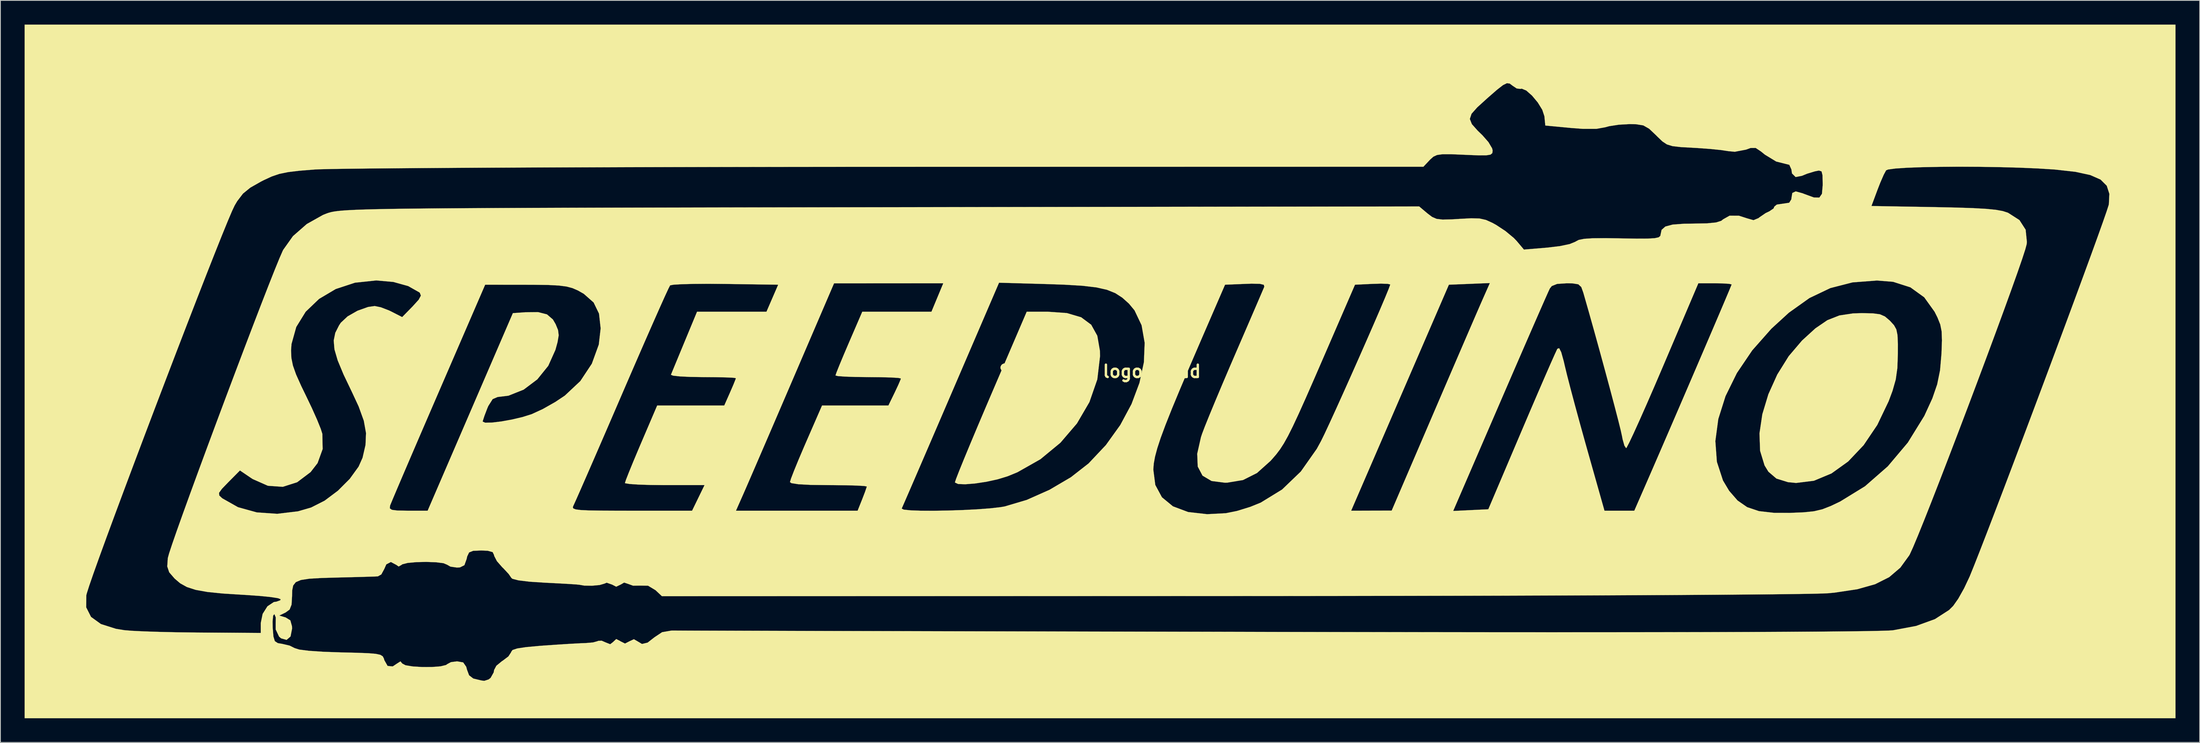
<source format=kicad_pcb>
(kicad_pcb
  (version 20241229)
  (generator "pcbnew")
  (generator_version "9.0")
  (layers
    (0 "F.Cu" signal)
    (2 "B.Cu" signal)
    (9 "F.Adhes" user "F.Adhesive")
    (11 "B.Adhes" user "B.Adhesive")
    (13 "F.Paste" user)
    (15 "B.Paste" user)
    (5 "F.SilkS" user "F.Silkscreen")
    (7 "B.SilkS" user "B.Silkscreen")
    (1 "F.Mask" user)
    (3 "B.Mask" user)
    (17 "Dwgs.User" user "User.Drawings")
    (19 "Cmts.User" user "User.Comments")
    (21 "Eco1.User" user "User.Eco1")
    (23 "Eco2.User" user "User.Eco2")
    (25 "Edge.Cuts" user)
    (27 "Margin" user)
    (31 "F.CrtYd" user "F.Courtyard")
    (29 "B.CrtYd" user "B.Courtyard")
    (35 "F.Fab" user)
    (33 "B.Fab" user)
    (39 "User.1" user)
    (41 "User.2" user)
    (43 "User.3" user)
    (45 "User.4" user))
  (footprint "Speeduino logo_kicad"
    (layer "F.Cu")
    (at 133.355 43.044)
    (property "Reference" "Speeduino logo_kicad" (at 0 0 0) (layer "F.SilkS") (effects (font (size 1.524 1.524) (thickness 0.3))))
    (attr through_hole)
    (fp_poly (pts (xy -4.118 -7.242) (xy -2.342 -6.717) (xy -1.098 -5.792) (xy -0.341 -4.426) (xy -0.02 -2.578) (xy -0.001 -1.907) (xy -0.341 0.99) (xy -1.318 3.807) (xy -2.865 6.457) (xy -4.913 8.85) (xy -7.395 10.898) (xy -10.242 12.512) (xy -11.448 13.009) (xy -12.694 13.39) (xy -14.096 13.696) (xy -15.49 13.907) (xy -16.713 14.006) (xy -17.6 13.973) (xy -17.987 13.79) (xy -17.992 13.757) (xy -17.857 13.344) (xy -17.476 12.363) (xy -16.881 10.896) (xy -16.106 9.024) (xy -15.184 6.826) (xy -14.148 4.384) (xy -13.543 2.969) (xy -9.094 -7.408) (xy -6.476 -7.408) (xy -4.118 -7.242)) (stroke (width 0.01) (type solid)) (fill yes) (layer "F.SilkS"))
    (fp_poly (pts (xy 95.819 -7.206) (xy 96.704 -7.088) (xy 97.324 -6.816) (xy 97.898 -6.329) (xy 97.976 -6.252) (xy 98.449 -5.732) (xy 98.737 -5.211) (xy 98.882 -4.503) (xy 98.93 -3.421) (xy 98.927 -2.195) (xy 98.864 -0.42) (xy 98.665 1.002) (xy 98.262 2.421) (xy 97.782 3.704) (xy 96.375 6.645) (xy 94.684 9.151) (xy 92.77 11.173) (xy 90.695 12.662) (xy 88.521 13.568) (xy 86.308 13.843) (xy 85.303 13.745) (xy 83.868 13.299) (xy 82.875 12.448) (xy 82.397 11.667) (xy 81.846 9.862) (xy 81.767 7.7) (xy 82.121 5.314) (xy 82.87 2.833) (xy 83.973 0.387) (xy 85.393 -1.893) (xy 87.04 -3.828) (xy 88.703 -5.347) (xy 90.184 -6.357) (xy 91.679 -6.946) (xy 93.379 -7.201) (xy 94.448 -7.232) (xy 95.819 -7.206)) (stroke (width 0.01) (type solid)) (fill yes) (layer "F.SilkS"))
    (fp_poly (pts (xy 133.35 43.039) (xy -133.35 43.039) (xy -133.35 29.28) (xy -125.718 29.28) (xy -125.117 30.468) (xy -123.891 31.353) (xy -122.031 31.943) (xy -121.003 32.112) (xy -120.058 32.19) (xy -118.548 32.263) (xy -116.615 32.327) (xy -114.399 32.376) (xy -112.042 32.406) (xy -111.566 32.409) (xy -104.069 32.456) (xy -104.069 31.221) (xy -104.034 31.05) (xy -102.606 31.05) (xy -102.59 31.805) (xy -102.502 32.9) (xy -102.326 33.476) (xy -101.954 33.722) (xy -101.424 33.81) (xy -100.489 34.029) (xy -99.871 34.339) (xy -99.293 34.522) (xy -98.077 34.676) (xy -96.29 34.795) (xy -94.168 34.869) (xy -92.155 34.918) (xy -90.736 34.972) (xy -89.802 35.051) (xy -89.243 35.173) (xy -88.947 35.359) (xy -88.805 35.629) (xy -88.747 35.839) (xy -88.343 36.552) (xy -87.708 36.613) (xy -87.163 36.248) (xy -86.744 35.984) (xy -86.533 36.248) (xy -86.126 36.466) (xy -85.231 36.614) (xy -84.065 36.688) (xy -82.842 36.685) (xy -81.779 36.602) (xy -81.09 36.435) (xy -80.963 36.336) (xy -80.484 36.079) (xy -79.735 35.983) (xy -78.97 36.116) (xy -78.594 36.657) (xy -78.498 37.02) (xy -78.239 37.713) (xy -77.719 38.115) (xy -76.744 38.351) (xy -76.359 38.405) (xy -75.811 38.225) (xy -75.565 38.029) (xy -75.185 37.348) (xy -75.139 37.059) (xy -74.856 36.528) (xy -74.168 35.963) (xy -74.081 35.912) (xy -73.366 35.373) (xy -73.029 34.86) (xy -73.025 34.815) (xy -72.853 34.576) (xy -72.273 34.383) (xy -71.195 34.219) (xy -69.525 34.064) (xy -69.056 34.029) (xy -67.31 33.907) (xy -65.693 33.806) (xy -64.413 33.737) (xy -63.795 33.714) (xy -62.879 33.637) (xy -62.301 33.479) (xy -62.257 33.446) (xy -61.806 33.416) (xy -61.335 33.623) (xy -60.739 33.858) (xy -60.359 33.564) (xy -60.341 33.537) (xy -59.992 33.214) (xy -59.51 33.459) (xy -59.47 33.492) (xy -58.904 33.775) (xy -58.37 33.501) (xy -57.804 33.237) (xy -57.417 33.458) (xy -56.799 33.827) (xy -56.1 33.657) (xy -55.258 32.999) (xy -54.304 32.364) (xy -53.125 32.159) (xy -52.825 32.159) (xy -52.33 32.162) (xy -51.164 32.167) (xy -49.359 32.173) (xy -46.949 32.179) (xy -43.969 32.187) (xy -40.451 32.196) (xy -36.429 32.206) (xy -31.937 32.217) (xy -27.009 32.228) (xy -21.678 32.24) (xy -15.979 32.252) (xy -9.943 32.265) (xy -3.606 32.279) (xy 3 32.292) (xy 9.839 32.306) (xy 16.88 32.32) (xy 22.049 32.331) (xy 31.355 32.347) (xy 40.106 32.359) (xy 48.292 32.367) (xy 55.902 32.37) (xy 62.923 32.368) (xy 69.346 32.362) (xy 75.16 32.352) (xy 80.353 32.337) (xy 84.914 32.318) (xy 88.833 32.295) (xy 92.098 32.267) (xy 94.699 32.235) (xy 96.624 32.199) (xy 97.862 32.159) (xy 98.327 32.126) (xy 101.184 31.591) (xy 103.519 30.745) (xy 105.276 29.612) (xy 105.783 29.108) (xy 106.414 28.212) (xy 107.139 26.918) (xy 107.811 25.493) (xy 107.867 25.36) (xy 108.398 24.046) (xy 109.112 22.231) (xy 109.984 19.981) (xy 110.989 17.363) (xy 112.102 14.443) (xy 113.297 11.288) (xy 114.551 7.965) (xy 115.838 4.541) (xy 117.134 1.081) (xy 118.412 -2.346) (xy 119.65 -5.675) (xy 120.821 -8.838) (xy 121.9 -11.77) (xy 122.864 -14.403) (xy 123.686 -16.671) (xy 124.342 -18.507) (xy 124.807 -19.844) (xy 125.057 -20.616) (xy 125.091 -20.754) (xy 125.151 -22.039) (xy 124.829 -23.044) (xy 124.062 -23.808) (xy 122.787 -24.37) (xy 120.942 -24.77) (xy 118.463 -25.047) (xy 118.236 -25.065) (xy 116.252 -25.19) (xy 113.981 -25.286) (xy 111.525 -25.353) (xy 108.985 -25.392) (xy 106.466 -25.403) (xy 104.067 -25.386) (xy 101.892 -25.344) (xy 100.042 -25.275) (xy 98.62 -25.18) (xy 97.728 -25.06) (xy 97.471 -24.959) (xy 97.173 -24.404) (xy 96.746 -23.423) (xy 96.395 -22.523) (xy 95.653 -20.528) (xy 103.477 -20.392) (xy 106.204 -20.334) (xy 108.32 -20.263) (xy 109.918 -20.172) (xy 111.093 -20.054) (xy 111.937 -19.9) (xy 112.545 -19.704) (xy 112.597 -19.682) (xy 114.001 -18.782) (xy 114.771 -17.586) (xy 114.926 -16.059) (xy 114.894 -15.773) (xy 114.727 -15.143) (xy 114.333 -13.93) (xy 113.739 -12.212) (xy 112.973 -10.063) (xy 112.065 -7.559) (xy 111.043 -4.775) (xy 109.936 -1.788) (xy 108.771 1.328) (xy 107.578 4.496) (xy 106.384 7.642) (xy 105.219 10.69) (xy 104.111 13.563) (xy 103.088 16.188) (xy 102.179 18.487) (xy 101.412 20.385) (xy 100.816 21.808) (xy 100.419 22.679) (xy 100.338 22.83) (xy 99.232 24.355) (xy 97.853 25.533) (xy 96.104 26.412) (xy 93.886 27.036) (xy 91.101 27.453) (xy 90.317 27.529) (xy 89.569 27.564) (xy 88.147 27.598) (xy 86.083 27.63) (xy 83.408 27.662) (xy 80.154 27.691) (xy 76.352 27.72) (xy 72.034 27.746) (xy 67.231 27.77) (xy 61.974 27.792) (xy 56.297 27.812) (xy 50.229 27.83) (xy 43.803 27.845) (xy 37.05 27.857) (xy 30.002 27.867) (xy 22.689 27.873) (xy 16.145 27.876) (xy -54.329 27.896) (xy -55.122 27.15) (xy -56.052 26.593) (xy -57.02 26.578) (xy -57.909 26.591) (xy -58.502 26.376) (xy -58.505 26.374) (xy -59.014 26.204) (xy -59.428 26.446) (xy -59.997 26.718) (xy -60.501 26.458) (xy -61.177 26.221) (xy -61.472 26.341) (xy -62.052 26.511) (xy -62.997 26.597) (xy -63.968 26.581) (xy -64.558 26.479) (xy -64.96 26.438) (xy -65.92 26.375) (xy -67.29 26.299) (xy -68.792 26.224) (xy -70.73 26.098) (xy -72.107 25.933) (xy -72.865 25.737) (xy -72.995 25.628) (xy -73.333 25.138) (xy -73.981 24.442) (xy -74.142 24.288) (xy -74.792 23.543) (xy -75.129 22.891) (xy -75.142 22.789) (xy -75.316 22.425) (xy -75.936 22.255) (xy -76.738 22.225) (xy -77.731 22.264) (xy -78.237 22.466) (xy -78.474 22.96) (xy -78.546 23.283) (xy -78.82 24.048) (xy -79.371 24.322) (xy -79.751 24.342) (xy -80.549 24.228) (xy -80.963 23.989) (xy -81.416 23.8) (xy -82.352 23.685) (xy -83.55 23.642) (xy -84.791 23.67) (xy -85.855 23.769) (xy -86.521 23.937) (xy -86.626 24.02) (xy -86.978 24.212) (xy -87.246 24.02) (xy -87.938 23.651) (xy -88.503 23.947) (xy -88.755 24.518) (xy -89.122 25.196) (xy -89.556 25.438) (xy -90.122 25.461) (xy -91.232 25.495) (xy -92.723 25.535) (xy -94.368 25.576) (xy -96.515 25.636) (xy -98.056 25.726) (xy -99.093 25.885) (xy -99.724 26.153) (xy -100.05 26.568) (xy -100.172 27.171) (xy -100.189 27.857) (xy -100.25 28.941) (xy -100.493 29.554) (xy -100.983 29.913) (xy -101.776 30.3) (xy -100.983 30.537) (xy -100.402 30.895) (xy -100.197 31.637) (xy -100.189 31.93) (xy -100.377 32.896) (xy -100.867 33.318) (xy -101.545 33.129) (xy -101.798 32.913) (xy -102.218 32.031) (xy -102.22 31.325) (xy -102.208 30.534) (xy -102.384 30.114) (xy -102.538 30.318) (xy -102.606 31.05) (xy -104.034 31.05) (xy -103.837 30.091) (xy -103.245 29.154) (xy -102.452 28.624) (xy -102.129 28.575) (xy -101.659 28.411) (xy -101.6 28.272) (xy -101.931 28.143) (xy -102.837 28.002) (xy -104.189 27.865) (xy -105.858 27.747) (xy -106.274 27.723) (xy -108.782 27.565) (xy -110.7 27.37) (xy -112.143 27.111) (xy -113.229 26.76) (xy -114.071 26.29) (xy -114.754 25.706) (xy -115.425 24.929) (xy -115.666 24.207) (xy -115.598 23.173) (xy -115.598 23.172) (xy -115.44 22.594) (xy -115.057 21.432) (xy -114.477 19.762) (xy -113.727 17.658) (xy -112.836 15.197) (xy -112.789 15.069) (xy -109.245 15.069) (xy -109.22 15.396) (xy -108.876 15.721) (xy -108.832 15.755) (xy -106.893 16.851) (xy -104.568 17.496) (xy -102.029 17.672) (xy -99.446 17.362) (xy -98.183 16.995) (xy -88.071 16.995) (xy -87.808 17.181) (xy -87.114 17.266) (xy -85.855 17.286) (xy -85.81 17.286) (xy -83.379 17.286) (xy -83.193 16.854) (xy -65.378 16.854) (xy -65.308 17.014) (xy -65.003 17.129) (xy -64.379 17.206) (xy -63.353 17.253) (xy -61.841 17.277) (xy -59.76 17.285) (xy -58.115 17.286) (xy -50.588 17.286) (xy -45.147 17.286) (xy -30.063 17.286) (xy -29.957 17.022) (xy -24.597 17.022) (xy -24.347 17.153) (xy -23.521 17.24) (xy -22.247 17.287) (xy -20.652 17.294) (xy -18.864 17.266) (xy -17.012 17.205) (xy -15.223 17.113) (xy -13.625 16.993) (xy -12.346 16.848) (xy -11.818 16.757) (xy -9.09 15.947) (xy -6.266 14.692) (xy -3.614 13.131) (xy -2.397 12.181) (xy 6.603 12.181) (xy 6.85 14.092) (xy 7.672 15.619) (xy 9.037 16.744) (xy 10.917 17.45) (xy 13.282 17.719) (xy 15.596 17.597) (xy 16.974 17.319) (xy 43.788 17.319) (xy 45.965 17.214) (xy 48.142 17.11) (xy 52.263 7.408) (xy 53.314 4.941) (xy 54.289 2.671) (xy 55.149 0.682) (xy 55.857 -0.94) (xy 56.377 -2.108) (xy 56.671 -2.739) (xy 56.711 -2.812) (xy 56.931 -2.882) (xy 57.184 -2.385) (xy 57.495 -1.265) (xy 57.626 -0.696) (xy 57.9 0.438) (xy 58.33 2.105) (xy 58.877 4.162) (xy 59.504 6.464) (xy 60.171 8.866) (xy 60.381 9.613) (xy 62.548 17.286) (xy 66.245 17.286) (xy 67.669 14.023) (xy 68.515 12.079) (xy 69.483 9.845) (xy 70 8.649) (xy 76.296 8.649) (xy 76.484 11.217) (xy 77.241 13.538) (xy 78.005 14.818) (xy 79.052 16.023) (xy 80.241 16.847) (xy 81.711 17.341) (xy 83.604 17.554) (xy 85.581 17.556) (xy 87.286 17.485) (xy 88.531 17.355) (xy 89.561 17.111) (xy 90.62 16.698) (xy 91.777 16.146) (xy 94.851 14.255) (xy 97.678 11.782) (xy 100.161 8.836) (xy 102.205 5.525) (xy 103.203 3.351) (xy 103.804 1.604) (xy 104.159 -0.144) (xy 104.338 -2.235) (xy 104.34 -2.293) (xy 104.394 -3.863) (xy 104.355 -4.963) (xy 104.185 -5.825) (xy 103.843 -6.682) (xy 103.479 -7.408) (xy 102.194 -9.199) (xy 100.481 -10.435) (xy 98.332 -11.122) (xy 96.333 -11.28) (xy 93.307 -11.049) (xy 90.557 -10.343) (xy 87.965 -9.107) (xy 85.413 -7.288) (xy 83.243 -5.3) (xy 80.867 -2.61) (xy 78.965 0.204) (xy 77.556 3.068) (xy 76.66 5.908) (xy 76.296 8.649) (xy 70 8.649) (xy 70.54 7.401) (xy 71.649 4.829) (xy 72.776 2.209) (xy 73.887 -0.377) (xy 74.947 -2.849) (xy 75.922 -5.127) (xy 76.776 -7.128) (xy 77.475 -8.773) (xy 77.984 -9.98) (xy 78.268 -10.668) (xy 78.317 -10.798) (xy 77.996 -10.872) (xy 77.166 -10.922) (xy 76.252 -10.936) (xy 74.188 -10.936) (xy 69.838 -0.706) (xy 68.765 1.8) (xy 67.772 4.083) (xy 66.894 6.066) (xy 66.166 7.672) (xy 65.623 8.823) (xy 65.3 9.44) (xy 65.231 9.525) (xy 65.021 9.213) (xy 64.798 8.427) (xy 64.721 8.026) (xy 64.564 7.31) (xy 64.245 6.027) (xy 63.793 4.285) (xy 63.239 2.195) (xy 62.612 -0.131) (xy 61.943 -2.585) (xy 61.26 -5.054) (xy 60.593 -7.429) (xy 59.973 -9.6) (xy 59.918 -9.79) (xy 59.67 -10.475) (xy 59.301 -10.813) (xy 58.59 -10.926) (xy 57.851 -10.936) (xy 56.679 -10.86) (xy 56.017 -10.596) (xy 55.774 -10.296) (xy 55.564 -9.843) (xy 55.106 -8.812) (xy 54.432 -7.277) (xy 53.572 -5.309) (xy 52.558 -2.979) (xy 51.421 -0.358) (xy 50.193 2.481) (xy 49.61 3.831) (xy 43.788 17.319) (xy 16.974 17.319) (xy 17.002 17.313) (xy 17.089 17.286) (xy 31.137 17.286) (xy 33.648 17.28) (xy 36.16 17.275) (xy 41.343 5.198) (xy 42.559 2.366) (xy 43.723 -0.342) (xy 44.798 -2.839) (xy 45.745 -5.035) (xy 46.526 -6.844) (xy 47.104 -8.176) (xy 47.431 -8.923) (xy 48.335 -10.967) (xy 45.795 -10.863) (xy 43.255 -10.76) (xy 37.196 3.263) (xy 31.137 17.286) (xy 17.089 17.286) (xy 18.636 16.806) (xy 19.925 16.283) (xy 22.568 14.66) (xy 24.895 12.425) (xy 26.873 9.612) (xy 27.402 8.643) (xy 27.837 7.753) (xy 28.467 6.403) (xy 29.249 4.693) (xy 30.139 2.721) (xy 31.095 0.584) (xy 32.073 -1.62) (xy 33.029 -3.793) (xy 33.921 -5.835) (xy 34.705 -7.651) (xy 35.337 -9.14) (xy 35.775 -10.207) (xy 35.975 -10.751) (xy 35.983 -10.792) (xy 35.663 -10.869) (xy 34.827 -10.893) (xy 33.798 -10.865) (xy 31.613 -10.76) (xy 27.871 -2.117) (xy 26.562 0.899) (xy 25.491 3.342) (xy 24.617 5.29) (xy 23.903 6.819) (xy 23.309 8.006) (xy 22.795 8.929) (xy 22.323 9.663) (xy 21.853 10.286) (xy 21.346 10.874) (xy 21.128 11.114) (xy 19.461 12.608) (xy 17.73 13.48) (xy 15.773 13.806) (xy 15.485 13.813) (xy 13.829 13.601) (xy 12.705 12.934) (xy 12.112 11.808) (xy 12.048 10.219) (xy 12.511 8.164) (xy 12.656 7.728) (xy 12.984 6.863) (xy 13.546 5.469) (xy 14.293 3.663) (xy 15.175 1.564) (xy 16.145 -0.711) (xy 16.751 -2.117) (xy 17.711 -4.338) (xy 18.583 -6.357) (xy 19.325 -8.08) (xy 19.897 -9.411) (xy 20.259 -10.257) (xy 20.367 -10.511) (xy 20.306 -10.751) (xy 19.812 -10.871) (xy 18.776 -10.889) (xy 18.024 -10.864) (xy 15.499 -10.76) (xy 12.673 -4.233) (xy 11.157 -0.715) (xy 9.908 2.227) (xy 8.901 4.657) (xy 8.113 6.641) (xy 7.519 8.244) (xy 7.096 9.533) (xy 6.818 10.572) (xy 6.662 11.427) (xy 6.603 12.164) (xy 6.603 12.181) (xy -2.397 12.181) (xy -1.425 11.421) (xy 0.724 9.139) (xy 2.507 6.653) (xy 3.901 4.053) (xy 4.885 1.427) (xy 5.437 -1.137) (xy 5.533 -3.552) (xy 5.152 -5.729) (xy 4.272 -7.581) (xy 3.581 -8.414) (xy 2.757 -9.153) (xy 1.885 -9.717) (xy 0.849 -10.133) (xy -0.462 -10.427) (xy -2.163 -10.628) (xy -4.367 -10.761) (xy -6.526 -10.837) (xy -12.524 -11.008) (xy -18.491 2.874) (xy -19.756 5.816) (xy -20.936 8.557) (xy -22.002 11.03) (xy -22.923 13.166) (xy -23.672 14.899) (xy -24.218 16.158) (xy -24.533 16.878) (xy -24.597 17.022) (xy -29.957 17.022) (xy -29.495 15.868) (xy -29.148 14.964) (xy -28.947 14.373) (xy -28.928 14.28) (xy -29.259 14.218) (xy -30.167 14.167) (xy -31.524 14.13) (xy -33.201 14.112) (xy -33.69 14.111) (xy -35.87 14.084) (xy -37.4 14.003) (xy -38.259 13.869) (xy -38.453 13.737) (xy -38.318 13.294) (xy -37.949 12.333) (xy -37.396 10.982) (xy -36.711 9.37) (xy -36.463 8.798) (xy -34.474 4.233) (xy -26.246 4.233) (xy -25.47 2.636) (xy -25.025 1.69) (xy -24.745 1.035) (xy -24.694 0.873) (xy -25.024 0.807) (xy -25.92 0.753) (xy -27.243 0.718) (xy -28.751 0.706) (xy -30.349 0.689) (xy -31.65 0.644) (xy -32.516 0.578) (xy -32.808 0.502) (xy -32.676 0.117) (xy -32.317 -0.781) (xy -31.786 -2.056) (xy -31.146 -3.555) (xy -29.484 -7.408) (xy -20.908 -7.408) (xy -20.175 -9.172) (xy -19.442 -10.936) (xy -32.985 -10.928) (xy -38.168 1.151) (xy -39.384 3.982) (xy -40.547 6.689) (xy -41.621 9.183) (xy -42.567 11.377) (xy -43.347 13.183) (xy -43.923 14.512) (xy -44.249 15.258) (xy -45.147 17.286) (xy -50.588 17.286) (xy -49.045 14.111) (xy -53.98 14.111) (xy -55.754 14.093) (xy -57.245 14.044) (xy -58.327 13.971) (xy -58.873 13.881) (xy -58.914 13.847) (xy -58.783 13.444) (xy -58.42 12.516) (xy -57.877 11.187) (xy -57.202 9.579) (xy -56.916 8.908) (xy -54.917 4.233) (xy -46.6 4.233) (xy -45.878 2.601) (xy -45.465 1.644) (xy -45.204 0.993) (xy -45.156 0.837) (xy -45.485 0.785) (xy -46.382 0.743) (xy -47.706 0.715) (xy -49.242 0.706) (xy -50.831 0.682) (xy -52.111 0.619) (xy -52.948 0.526) (xy -53.211 0.416) (xy -53.036 -0.008) (xy -52.65 -0.943) (xy -52.111 -2.245) (xy -51.533 -3.641) (xy -49.973 -7.408) (xy -41.365 -7.408) (xy -40.639 -9.084) (xy -39.914 -10.76) (xy -46.478 -10.856) (xy -48.565 -10.872) (xy -50.407 -10.86) (xy -51.889 -10.821) (xy -52.896 -10.76) (xy -53.311 -10.68) (xy -53.505 -10.306) (xy -53.946 -9.354) (xy -54.602 -7.893) (xy -55.443 -5.993) (xy -56.439 -3.725) (xy -57.557 -1.157) (xy -58.768 1.639) (xy -59.266 2.795) (xy -60.51 5.68) (xy -61.677 8.379) (xy -62.735 10.819) (xy -63.653 12.928) (xy -64.399 14.633) (xy -64.941 15.862) (xy -65.248 16.543) (xy -65.297 16.642) (xy -65.378 16.854) (xy -83.193 16.854) (xy -78.095 5.027) (xy -72.81 -7.232) (xy -71.27 -7.343) (xy -69.672 -7.356) (xy -68.584 -7.078) (xy -67.848 -6.448) (xy -67.507 -5.864) (xy -67.208 -5.135) (xy -67.128 -4.48) (xy -67.271 -3.631) (xy -67.534 -2.671) (xy -68.421 -0.695) (xy -69.778 0.986) (xy -71.469 2.259) (xy -73.358 3.014) (xy -74.703 3.175) (xy -75.318 3.44) (xy -75.86 4.298) (xy -75.985 4.593) (xy -76.334 5.51) (xy -76.534 6.127) (xy -76.553 6.23) (xy -76.24 6.366) (xy -75.418 6.351) (xy -74.258 6.212) (xy -72.935 5.974) (xy -71.622 5.665) (xy -70.491 5.31) (xy -70.476 5.305) (xy -69.102 4.673) (xy -67.554 3.796) (xy -66.366 3.003) (xy -64.446 1.201) (xy -63.017 -0.957) (xy -62.155 -3.331) (xy -61.924 -5.343) (xy -62.128 -7.174) (xy -62.797 -8.555) (xy -64.02 -9.634) (xy -64.757 -10.051) (xy -65.414 -10.337) (xy -66.154 -10.534) (xy -67.118 -10.659) (xy -68.448 -10.728) (xy -70.285 -10.754) (xy -71.195 -10.756) (xy -76.245 -10.76) (xy -82.041 2.646) (xy -83.295 5.55) (xy -84.466 8.267) (xy -85.522 10.726) (xy -86.434 12.855) (xy -87.17 14.582) (xy -87.7 15.837) (xy -87.994 16.547) (xy -88.04 16.669) (xy -88.071 16.995) (xy -98.183 16.995) (xy -97.821 16.889) (xy -96.154 16.043) (xy -94.502 14.805) (xy -93.04 13.34) (xy -91.939 11.817) (xy -91.448 10.719) (xy -91.08 9.12) (xy -91.019 7.648) (xy -91.293 6.119) (xy -91.932 4.351) (xy -92.742 2.609) (xy -93.809 0.375) (xy -94.533 -1.368) (xy -94.932 -2.733) (xy -95.025 -3.836) (xy -94.83 -4.79) (xy -94.365 -5.71) (xy -94.143 -6.045) (xy -93.306 -6.827) (xy -92.074 -7.53) (xy -90.754 -8.001) (xy -89.937 -8.114) (xy -89.178 -7.957) (xy -88.168 -7.567) (xy -87.88 -7.428) (xy -86.535 -6.742) (xy -85.232 -8.077) (xy -84.489 -8.897) (xy -84.216 -9.407) (xy -84.344 -9.751) (xy -84.413 -9.814) (xy -85.79 -10.592) (xy -87.632 -11.103) (xy -89.731 -11.289) (xy -89.757 -11.289) (xy -92.384 -11.011) (xy -94.774 -10.225) (xy -96.841 -8.999) (xy -98.502 -7.406) (xy -99.67 -5.513) (xy -100.26 -3.393) (xy -100.315 -2.597) (xy -100.274 -1.666) (xy -100.085 -0.73) (xy -99.694 0.378) (xy -99.044 1.828) (xy -98.493 2.961) (xy -97.738 4.54) (xy -97.092 5.986) (xy -96.631 7.128) (xy -96.435 7.747) (xy -96.397 9.636) (xy -97.027 11.38) (xy -97.89 12.494) (xy -99.562 13.756) (xy -101.34 14.323) (xy -103.188 14.192) (xy -105.069 13.36) (xy -105.324 13.193) (xy -106.65 12.293) (xy -108.094 13.749) (xy -108.89 14.575) (xy -109.245 15.069) (xy -112.789 15.069) (xy -111.832 12.452) (xy -110.743 9.499) (xy -109.597 6.414) (xy -108.422 3.27) (xy -107.246 0.144) (xy -106.098 -2.891) (xy -105.005 -5.757) (xy -103.996 -8.382) (xy -103.098 -10.689) (xy -102.34 -12.603) (xy -101.749 -14.05) (xy -101.354 -14.954) (xy -101.291 -15.084) (xy -100.081 -16.787) (xy -98.366 -18.29) (xy -96.348 -19.424) (xy -95.866 -19.614) (xy -95.625 -19.695) (xy -95.349 -19.77) (xy -95.007 -19.837) (xy -94.568 -19.899) (xy -94.003 -19.956) (xy -93.281 -20.006) (xy -92.371 -20.052) (xy -91.244 -20.093) (xy -89.868 -20.13) (xy -88.213 -20.163) (xy -86.249 -20.192) (xy -83.945 -20.218) (xy -81.271 -20.24) (xy -78.197 -20.26) (xy -74.692 -20.278) (xy -70.726 -20.294) (xy -66.268 -20.308) (xy -61.288 -20.321) (xy -55.756 -20.333) (xy -49.641 -20.344) (xy -42.912 -20.355) (xy -35.54 -20.366) (xy -27.493 -20.378) (xy -27.221 -20.378) (xy 39.573 -20.472) (xy 40.606 -19.602) (xy 41.17 -19.174) (xy 41.728 -18.932) (xy 42.477 -18.842) (xy 43.615 -18.87) (xy 44.544 -18.928) (xy 46.033 -19.007) (xy 47.057 -18.977) (xy 47.853 -18.798) (xy 48.657 -18.433) (xy 49.113 -18.181) (xy 50.269 -17.419) (xy 51.305 -16.559) (xy 51.668 -16.179) (xy 52.559 -15.121) (xy 55.472 -15.365) (xy 57.019 -15.55) (xy 58.233 -15.805) (xy 58.934 -16.09) (xy 58.963 -16.114) (xy 59.354 -16.321) (xy 60.034 -16.456) (xy 61.11 -16.527) (xy 62.692 -16.54) (xy 64.52 -16.511) (xy 66.507 -16.478) (xy 67.893 -16.482) (xy 68.781 -16.535) (xy 69.273 -16.644) (xy 69.474 -16.82) (xy 69.498 -16.951) (xy 69.629 -17.567) (xy 70.093 -17.978) (xy 70.992 -18.221) (xy 72.428 -18.329) (xy 73.582 -18.344) (xy 75.269 -18.377) (xy 76.377 -18.485) (xy 77.027 -18.688) (xy 77.258 -18.874) (xy 78.063 -19.328) (xy 79.218 -19.323) (xy 80.239 -18.994) (xy 81.027 -18.769) (xy 81.641 -19.023) (xy 81.755 -19.117) (xy 82.532 -19.65) (xy 82.991 -19.867) (xy 83.512 -20.221) (xy 83.608 -20.45) (xy 83.915 -20.705) (xy 84.653 -20.814) (xy 84.667 -20.814) (xy 85.454 -20.934) (xy 85.72 -21.358) (xy 85.725 -21.461) (xy 85.838 -22.143) (xy 86.263 -22.342) (xy 87.127 -22.101) (xy 87.33 -22.019) (xy 88.505 -21.59) (xy 89.191 -21.574) (xy 89.514 -22.041) (xy 89.604 -23.065) (xy 89.606 -23.29) (xy 89.587 -24.332) (xy 89.465 -24.825) (xy 89.14 -24.929) (xy 88.635 -24.829) (xy 87.671 -24.537) (xy 87.041 -24.277) (xy 86.251 -24.122) (xy 85.798 -24.572) (xy 85.725 -25.068) (xy 85.466 -25.642) (xy 85.015 -25.753) (xy 83.837 -26.05) (xy 82.443 -26.9) (xy 81.946 -27.301) (xy 81.299 -27.732) (xy 80.659 -27.727) (xy 80.099 -27.524) (xy 78.694 -27.257) (xy 77.881 -27.338) (xy 77.004 -27.472) (xy 75.662 -27.608) (xy 74.096 -27.723) (xy 73.515 -27.755) (xy 71.99 -27.841) (xy 70.977 -27.959) (xy 70.285 -28.174) (xy 69.72 -28.551) (xy 69.092 -29.154) (xy 68.946 -29.304) (xy 68.084 -30.119) (xy 67.36 -30.532) (xy 66.454 -30.677) (xy 65.658 -30.692) (xy 64.334 -30.619) (xy 63.121 -30.432) (xy 62.643 -30.301) (xy 61.544 -30.102) (xy 59.867 -30.102) (xy 58.385 -30.213) (xy 55.21 -30.515) (xy 55.099 -31.667) (xy 54.835 -32.467) (xy 54.274 -33.379) (xy 53.562 -34.233) (xy 52.847 -34.862) (xy 52.275 -35.097) (xy 52.143 -35.059) (xy 51.666 -35.114) (xy 51.141 -35.465) (xy 50.799 -35.724) (xy 50.451 -35.77) (xy 49.972 -35.537) (xy 49.234 -34.964) (xy 48.111 -33.985) (xy 47.993 -33.88) (xy 46.773 -32.772) (xy 46.064 -31.974) (xy 45.848 -31.331) (xy 46.104 -30.687) (xy 46.814 -29.889) (xy 47.42 -29.3) (xy 48.161 -28.455) (xy 48.616 -27.685) (xy 48.683 -27.4) (xy 48.638 -27.091) (xy 48.415 -26.903) (xy 47.888 -26.817) (xy 46.929 -26.813) (xy 45.41 -26.875) (xy 45.166 -26.886) (xy 43.55 -26.954) (xy 42.478 -26.954) (xy 41.792 -26.861) (xy 41.333 -26.651) (xy 40.941 -26.301) (xy 40.871 -26.228) (xy 40.094 -25.4) (xy -26.432 -25.389) (xy -33.3 -25.386) (xy -40.019 -25.38) (xy -46.552 -25.371) (xy -52.86 -25.359) (xy -58.907 -25.345) (xy -64.654 -25.327) (xy -70.064 -25.308) (xy -75.101 -25.286) (xy -79.725 -25.262) (xy -83.9 -25.236) (xy -87.589 -25.209) (xy -90.754 -25.18) (xy -93.356 -25.15) (xy -95.36 -25.119) (xy -96.727 -25.087) (xy -97.355 -25.059) (xy -99.279 -24.904) (xy -100.687 -24.735) (xy -101.768 -24.512) (xy -102.711 -24.192) (xy -103.705 -23.732) (xy -104.023 -23.57) (xy -105.366 -22.808) (xy -106.277 -22.065) (xy -106.991 -21.129) (xy -107.308 -20.592) (xy -107.629 -19.911) (xy -108.167 -18.642) (xy -108.897 -16.852) (xy -109.792 -14.608) (xy -110.828 -11.978) (xy -111.977 -9.03) (xy -113.215 -5.831) (xy -114.517 -2.449) (xy -115.855 1.05) (xy -117.206 4.596) (xy -118.542 8.124) (xy -119.838 11.565) (xy -121.069 14.852) (xy -122.209 17.917) (xy -123.233 20.693) (xy -124.114 23.113) (xy -124.827 25.108) (xy -125.346 26.612) (xy -125.646 27.556) (xy -125.702 27.781) (xy -125.718 29.28) (xy -133.35 29.28) (xy -133.35 -43.039) (xy 133.35 -43.039) (xy 133.35 43.039)) (stroke (width 0.01) (type solid)) (fill yes) (layer "F.SilkS")))
  (gr_rect
    (start -3 -3)
    (end 269.71 89.088)
    (stroke (width 0.1) (type default))
    (fill no)
    (layer "Edge.Cuts")))
</source>
